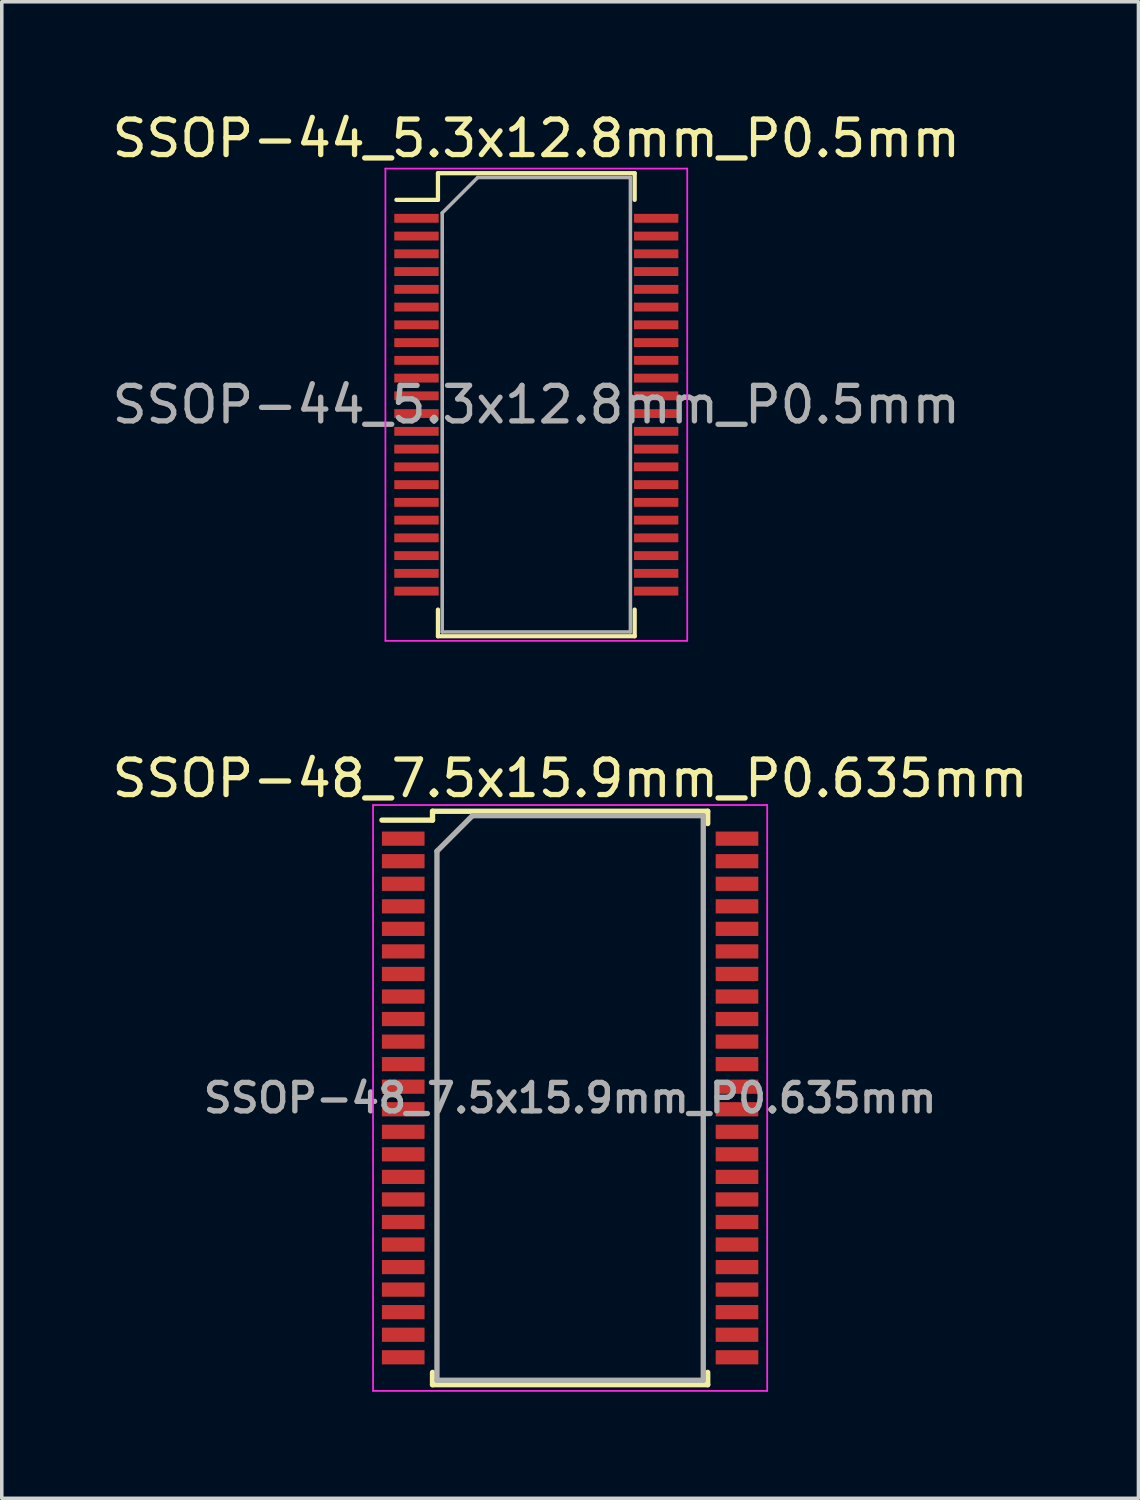
<source format=kicad_pcb>
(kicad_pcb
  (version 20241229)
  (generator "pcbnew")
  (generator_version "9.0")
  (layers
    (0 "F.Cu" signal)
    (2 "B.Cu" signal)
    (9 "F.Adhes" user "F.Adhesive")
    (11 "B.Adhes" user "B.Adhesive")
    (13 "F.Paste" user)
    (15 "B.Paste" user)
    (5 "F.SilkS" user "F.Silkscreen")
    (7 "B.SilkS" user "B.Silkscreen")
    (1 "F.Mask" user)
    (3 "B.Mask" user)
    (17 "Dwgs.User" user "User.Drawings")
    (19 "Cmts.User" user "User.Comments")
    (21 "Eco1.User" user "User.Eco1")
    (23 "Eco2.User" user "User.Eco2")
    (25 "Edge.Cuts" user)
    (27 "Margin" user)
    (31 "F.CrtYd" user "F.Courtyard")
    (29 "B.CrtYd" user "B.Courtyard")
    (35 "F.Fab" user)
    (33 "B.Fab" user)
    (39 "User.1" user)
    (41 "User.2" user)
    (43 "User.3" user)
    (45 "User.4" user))
  (footprint "SSOP-48_7.5x15.9mm_P0.635mm"
    (layer "F.Cu")
    (at 13.006 27.872)
    (property "Reference" "SSOP-48_7.5x15.9mm_P0.635mm" (at 0 -9 0) (layer "F.SilkS") (effects (font (size 1 1) (thickness 0.15))))
    (attr smd)
    (fp_line (start -3.875 -8.075) (end -3.875 -7.825) (stroke (width 0.15) (type solid)) (layer "F.SilkS"))
    (fp_line (start -3.875 -8.075) (end 3.875 -8.075) (stroke (width 0.15) (type solid)) (layer "F.SilkS"))
    (fp_line (start -3.875 -7.825) (end -5.3 -7.825) (stroke (width 0.15) (type solid)) (layer "F.SilkS"))
    (fp_line (start -3.875 8.075) (end -3.875 7.728) (stroke (width 0.15) (type solid)) (layer "F.SilkS"))
    (fp_line (start -3.875 8.075) (end 3.875 8.075) (stroke (width 0.15) (type solid)) (layer "F.SilkS"))
    (fp_line (start 3.875 -8.075) (end 3.875 -7.728) (stroke (width 0.15) (type solid)) (layer "F.SilkS"))
    (fp_line (start 3.875 8.075) (end 3.875 7.728) (stroke (width 0.15) (type solid)) (layer "F.SilkS"))
    (fp_line (start -5.55 -8.25) (end -5.55 8.25) (stroke (width 0.05) (type solid)) (layer "F.CrtYd"))
    (fp_line (start -5.55 -8.25) (end 5.55 -8.25) (stroke (width 0.05) (type solid)) (layer "F.CrtYd"))
    (fp_line (start -5.55 8.25) (end 5.55 8.25) (stroke (width 0.05) (type solid)) (layer "F.CrtYd"))
    (fp_line (start 5.55 -8.25) (end 5.55 8.25) (stroke (width 0.05) (type solid)) (layer "F.CrtYd"))
    (fp_line (start -3.75 -6.95) (end -2.75 -7.95) (stroke (width 0.15) (type solid)) (layer "F.Fab"))
    (fp_line (start -3.75 7.95) (end -3.75 -6.95) (stroke (width 0.15) (type solid)) (layer "F.Fab"))
    (fp_line (start -2.75 -7.95) (end 3.75 -7.95) (stroke (width 0.15) (type solid)) (layer "F.Fab"))
    (fp_line (start 3.75 -7.95) (end 3.75 7.95) (stroke (width 0.15) (type solid)) (layer "F.Fab"))
    (fp_line (start 3.75 7.95) (end -3.75 7.95) (stroke (width 0.15) (type solid)) (layer "F.Fab"))
    (fp_text user "${REFERENCE}" (at 0 0 0) (layer "F.Fab") (effects (font (size 0.8 0.8) (thickness 0.15))))
    (pad "1" smd rect (at -4.7 -7.303) (size 1.2 0.4) (layers "F.Cu" "F.Mask" "F.Paste"))
    (pad "2" smd rect (at -4.7 -6.668) (size 1.2 0.4) (layers "F.Cu" "F.Mask" "F.Paste"))
    (pad "3" smd rect (at -4.7 -6.032) (size 1.2 0.4) (layers "F.Cu" "F.Mask" "F.Paste"))
    (pad "4" smd rect (at -4.7 -5.397) (size 1.2 0.4) (layers "F.Cu" "F.Mask" "F.Paste"))
    (pad "5" smd rect (at -4.7 -4.763) (size 1.2 0.4) (layers "F.Cu" "F.Mask" "F.Paste"))
    (pad "6" smd rect (at -4.7 -4.128) (size 1.2 0.4) (layers "F.Cu" "F.Mask" "F.Paste"))
    (pad "7" smd rect (at -4.7 -3.493) (size 1.2 0.4) (layers "F.Cu" "F.Mask" "F.Paste"))
    (pad "8" smd rect (at -4.7 -2.857) (size 1.2 0.4) (layers "F.Cu" "F.Mask" "F.Paste"))
    (pad "9" smd rect (at -4.7 -2.223) (size 1.2 0.4) (layers "F.Cu" "F.Mask" "F.Paste"))
    (pad "10" smd rect (at -4.7 -1.587) (size 1.2 0.4) (layers "F.Cu" "F.Mask" "F.Paste"))
    (pad "11" smd rect (at -4.7 -0.953) (size 1.2 0.4) (layers "F.Cu" "F.Mask" "F.Paste"))
    (pad "12" smd rect (at -4.7 -0.318) (size 1.2 0.4) (layers "F.Cu" "F.Mask" "F.Paste"))
    (pad "13" smd rect (at -4.7 0.318) (size 1.2 0.4) (layers "F.Cu" "F.Mask" "F.Paste"))
    (pad "14" smd rect (at -4.7 0.953) (size 1.2 0.4) (layers "F.Cu" "F.Mask" "F.Paste"))
    (pad "15" smd rect (at -4.7 1.587) (size 1.2 0.4) (layers "F.Cu" "F.Mask" "F.Paste"))
    (pad "16" smd rect (at -4.7 2.223) (size 1.2 0.4) (layers "F.Cu" "F.Mask" "F.Paste"))
    (pad "17" smd rect (at -4.7 2.857) (size 1.2 0.4) (layers "F.Cu" "F.Mask" "F.Paste"))
    (pad "18" smd rect (at -4.7 3.493) (size 1.2 0.4) (layers "F.Cu" "F.Mask" "F.Paste"))
    (pad "19" smd rect (at -4.7 4.128) (size 1.2 0.4) (layers "F.Cu" "F.Mask" "F.Paste"))
    (pad "20" smd rect (at -4.7 4.763) (size 1.2 0.4) (layers "F.Cu" "F.Mask" "F.Paste"))
    (pad "21" smd rect (at -4.7 5.397) (size 1.2 0.4) (layers "F.Cu" "F.Mask" "F.Paste"))
    (pad "22" smd rect (at -4.7 6.032) (size 1.2 0.4) (layers "F.Cu" "F.Mask" "F.Paste"))
    (pad "23" smd rect (at -4.7 6.668) (size 1.2 0.4) (layers "F.Cu" "F.Mask" "F.Paste"))
    (pad "24" smd rect (at -4.7 7.303) (size 1.2 0.4) (layers "F.Cu" "F.Mask" "F.Paste"))
    (pad "25" smd rect (at 4.7 7.303) (size 1.2 0.4) (layers "F.Cu" "F.Mask" "F.Paste"))
    (pad "26" smd rect (at 4.7 6.668) (size 1.2 0.4) (layers "F.Cu" "F.Mask" "F.Paste"))
    (pad "27" smd rect (at 4.7 6.032) (size 1.2 0.4) (layers "F.Cu" "F.Mask" "F.Paste"))
    (pad "28" smd rect (at 4.7 5.397) (size 1.2 0.4) (layers "F.Cu" "F.Mask" "F.Paste"))
    (pad "29" smd rect (at 4.7 4.763) (size 1.2 0.4) (layers "F.Cu" "F.Mask" "F.Paste"))
    (pad "30" smd rect (at 4.7 4.128) (size 1.2 0.4) (layers "F.Cu" "F.Mask" "F.Paste"))
    (pad "31" smd rect (at 4.7 3.493) (size 1.2 0.4) (layers "F.Cu" "F.Mask" "F.Paste"))
    (pad "32" smd rect (at 4.7 2.857) (size 1.2 0.4) (layers "F.Cu" "F.Mask" "F.Paste"))
    (pad "33" smd rect (at 4.7 2.223) (size 1.2 0.4) (layers "F.Cu" "F.Mask" "F.Paste"))
    (pad "34" smd rect (at 4.7 1.587) (size 1.2 0.4) (layers "F.Cu" "F.Mask" "F.Paste"))
    (pad "35" smd rect (at 4.7 0.953) (size 1.2 0.4) (layers "F.Cu" "F.Mask" "F.Paste"))
    (pad "36" smd rect (at 4.7 0.318) (size 1.2 0.4) (layers "F.Cu" "F.Mask" "F.Paste"))
    (pad "37" smd rect (at 4.7 -0.318) (size 1.2 0.4) (layers "F.Cu" "F.Mask" "F.Paste"))
    (pad "38" smd rect (at 4.7 -0.953) (size 1.2 0.4) (layers "F.Cu" "F.Mask" "F.Paste"))
    (pad "39" smd rect (at 4.7 -1.587) (size 1.2 0.4) (layers "F.Cu" "F.Mask" "F.Paste"))
    (pad "40" smd rect (at 4.7 -2.223) (size 1.2 0.4) (layers "F.Cu" "F.Mask" "F.Paste"))
    (pad "41" smd rect (at 4.7 -2.857) (size 1.2 0.4) (layers "F.Cu" "F.Mask" "F.Paste"))
    (pad "42" smd rect (at 4.7 -3.493) (size 1.2 0.4) (layers "F.Cu" "F.Mask" "F.Paste"))
    (pad "43" smd rect (at 4.7 -4.128) (size 1.2 0.4) (layers "F.Cu" "F.Mask" "F.Paste"))
    (pad "44" smd rect (at 4.7 -4.763) (size 1.2 0.4) (layers "F.Cu" "F.Mask" "F.Paste"))
    (pad "45" smd rect (at 4.7 -5.397) (size 1.2 0.4) (layers "F.Cu" "F.Mask" "F.Paste"))
    (pad "46" smd rect (at 4.7 -6.032) (size 1.2 0.4) (layers "F.Cu" "F.Mask" "F.Paste"))
    (pad "47" smd rect (at 4.7 -6.668) (size 1.2 0.4) (layers "F.Cu" "F.Mask" "F.Paste"))
    (pad "48" smd rect (at 4.7 -7.303) (size 1.2 0.4) (layers "F.Cu" "F.Mask" "F.Paste")))
  (footprint "SSOP-44_5.3x12.8mm_P0.5mm"
    (layer "F.Cu")
    (at 12.054 8.348)
    (property "Reference" "SSOP-44_5.3x12.8mm_P0.5mm" (at 0 -7.5 0) (layer "F.SilkS") (effects (font (size 1 1) (thickness 0.15))))
    (attr smd)
    (fp_line (start -2.77 -6.52) (end -2.77 -5.77) (stroke (width 0.12) (type solid)) (layer "F.SilkS"))
    (fp_line (start -2.77 -6.52) (end 2.77 -6.52) (stroke (width 0.12) (type solid)) (layer "F.SilkS"))
    (fp_line (start -2.77 -5.77) (end -3.94 -5.77) (stroke (width 0.12) (type solid)) (layer "F.SilkS"))
    (fp_line (start -2.77 6.52) (end -2.77 5.77) (stroke (width 0.12) (type solid)) (layer "F.SilkS"))
    (fp_line (start -2.77 6.52) (end 2.77 6.52) (stroke (width 0.12) (type solid)) (layer "F.SilkS"))
    (fp_line (start 2.77 -6.52) (end 2.77 -5.77) (stroke (width 0.12) (type solid)) (layer "F.SilkS"))
    (fp_line (start 2.77 6.52) (end 2.77 5.77) (stroke (width 0.12) (type solid)) (layer "F.SilkS"))
    (fp_line (start -4.25 -6.65) (end -4.25 6.65) (stroke (width 0.05) (type solid)) (layer "F.CrtYd"))
    (fp_line (start -4.25 -6.65) (end 4.25 -6.65) (stroke (width 0.05) (type solid)) (layer "F.CrtYd"))
    (fp_line (start -4.25 6.65) (end 4.25 6.65) (stroke (width 0.05) (type solid)) (layer "F.CrtYd"))
    (fp_line (start 4.25 -6.65) (end 4.25 6.65) (stroke (width 0.05) (type solid)) (layer "F.CrtYd"))
    (fp_line (start -2.65 -5.4) (end -1.65 -6.4) (stroke (width 0.1) (type solid)) (layer "F.Fab"))
    (fp_line (start -2.65 6.4) (end -2.65 -5.4) (stroke (width 0.1) (type solid)) (layer "F.Fab"))
    (fp_line (start -1.65 -6.4) (end 2.65 -6.4) (stroke (width 0.1) (type solid)) (layer "F.Fab"))
    (fp_line (start 2.65 -6.4) (end 2.65 6.4) (stroke (width 0.1) (type solid)) (layer "F.Fab"))
    (fp_line (start 2.65 6.4) (end -2.65 6.4) (stroke (width 0.1) (type solid)) (layer "F.Fab"))
    (fp_text user "${REFERENCE}" (at 0 0 0) (layer "F.Fab") (effects (font (size 1 1) (thickness 0.15))))
    (pad "1" smd rect (at -3.375 -5.25) (size 1.25 0.25) (layers "F.Cu" "F.Mask" "F.Paste"))
    (pad "2" smd rect (at -3.375 -4.75) (size 1.25 0.25) (layers "F.Cu" "F.Mask" "F.Paste"))
    (pad "3" smd rect (at -3.375 -4.25) (size 1.25 0.25) (layers "F.Cu" "F.Mask" "F.Paste"))
    (pad "4" smd rect (at -3.375 -3.75) (size 1.25 0.25) (layers "F.Cu" "F.Mask" "F.Paste"))
    (pad "5" smd rect (at -3.375 -3.25) (size 1.25 0.25) (layers "F.Cu" "F.Mask" "F.Paste"))
    (pad "6" smd rect (at -3.375 -2.75) (size 1.25 0.25) (layers "F.Cu" "F.Mask" "F.Paste"))
    (pad "7" smd rect (at -3.375 -2.25) (size 1.25 0.25) (layers "F.Cu" "F.Mask" "F.Paste"))
    (pad "8" smd rect (at -3.375 -1.75) (size 1.25 0.25) (layers "F.Cu" "F.Mask" "F.Paste"))
    (pad "9" smd rect (at -3.375 -1.25) (size 1.25 0.25) (layers "F.Cu" "F.Mask" "F.Paste"))
    (pad "10" smd rect (at -3.375 -0.75) (size 1.25 0.25) (layers "F.Cu" "F.Mask" "F.Paste"))
    (pad "11" smd rect (at -3.375 -0.25) (size 1.25 0.25) (layers "F.Cu" "F.Mask" "F.Paste"))
    (pad "12" smd rect (at -3.375 0.25) (size 1.25 0.25) (layers "F.Cu" "F.Mask" "F.Paste"))
    (pad "13" smd rect (at -3.375 0.75) (size 1.25 0.25) (layers "F.Cu" "F.Mask" "F.Paste"))
    (pad "14" smd rect (at -3.375 1.25) (size 1.25 0.25) (layers "F.Cu" "F.Mask" "F.Paste"))
    (pad "15" smd rect (at -3.375 1.75) (size 1.25 0.25) (layers "F.Cu" "F.Mask" "F.Paste"))
    (pad "16" smd rect (at -3.375 2.25) (size 1.25 0.25) (layers "F.Cu" "F.Mask" "F.Paste"))
    (pad "17" smd rect (at -3.375 2.75) (size 1.25 0.25) (layers "F.Cu" "F.Mask" "F.Paste"))
    (pad "18" smd rect (at -3.375 3.25) (size 1.25 0.25) (layers "F.Cu" "F.Mask" "F.Paste"))
    (pad "19" smd rect (at -3.375 3.75) (size 1.25 0.25) (layers "F.Cu" "F.Mask" "F.Paste"))
    (pad "20" smd rect (at -3.375 4.25) (size 1.25 0.25) (layers "F.Cu" "F.Mask" "F.Paste"))
    (pad "21" smd rect (at -3.375 4.75) (size 1.25 0.25) (layers "F.Cu" "F.Mask" "F.Paste"))
    (pad "22" smd rect (at -3.375 5.25) (size 1.25 0.25) (layers "F.Cu" "F.Mask" "F.Paste"))
    (pad "23" smd rect (at 3.375 5.25) (size 1.25 0.25) (layers "F.Cu" "F.Mask" "F.Paste"))
    (pad "24" smd rect (at 3.375 4.75) (size 1.25 0.25) (layers "F.Cu" "F.Mask" "F.Paste"))
    (pad "25" smd rect (at 3.375 4.25) (size 1.25 0.25) (layers "F.Cu" "F.Mask" "F.Paste"))
    (pad "26" smd rect (at 3.375 3.75) (size 1.25 0.25) (layers "F.Cu" "F.Mask" "F.Paste"))
    (pad "27" smd rect (at 3.375 3.25) (size 1.25 0.25) (layers "F.Cu" "F.Mask" "F.Paste"))
    (pad "28" smd rect (at 3.375 2.75) (size 1.25 0.25) (layers "F.Cu" "F.Mask" "F.Paste"))
    (pad "29" smd rect (at 3.375 2.25) (size 1.25 0.25) (layers "F.Cu" "F.Mask" "F.Paste"))
    (pad "30" smd rect (at 3.375 1.75) (size 1.25 0.25) (layers "F.Cu" "F.Mask" "F.Paste"))
    (pad "31" smd rect (at 3.375 1.25) (size 1.25 0.25) (layers "F.Cu" "F.Mask" "F.Paste"))
    (pad "32" smd rect (at 3.375 0.75) (size 1.25 0.25) (layers "F.Cu" "F.Mask" "F.Paste"))
    (pad "33" smd rect (at 3.375 0.25) (size 1.25 0.25) (layers "F.Cu" "F.Mask" "F.Paste"))
    (pad "34" smd rect (at 3.375 -0.25) (size 1.25 0.25) (layers "F.Cu" "F.Mask" "F.Paste"))
    (pad "35" smd rect (at 3.375 -0.75) (size 1.25 0.25) (layers "F.Cu" "F.Mask" "F.Paste"))
    (pad "36" smd rect (at 3.375 -1.25) (size 1.25 0.25) (layers "F.Cu" "F.Mask" "F.Paste"))
    (pad "37" smd rect (at 3.375 -1.75) (size 1.25 0.25) (layers "F.Cu" "F.Mask" "F.Paste"))
    (pad "38" smd rect (at 3.375 -2.25) (size 1.25 0.25) (layers "F.Cu" "F.Mask" "F.Paste"))
    (pad "39" smd rect (at 3.375 -2.75) (size 1.25 0.25) (layers "F.Cu" "F.Mask" "F.Paste"))
    (pad "40" smd rect (at 3.375 -3.25) (size 1.25 0.25) (layers "F.Cu" "F.Mask" "F.Paste"))
    (pad "41" smd rect (at 3.375 -3.75) (size 1.25 0.25) (layers "F.Cu" "F.Mask" "F.Paste"))
    (pad "42" smd rect (at 3.375 -4.25) (size 1.25 0.25) (layers "F.Cu" "F.Mask" "F.Paste"))
    (pad "43" smd rect (at 3.375 -4.75) (size 1.25 0.25) (layers "F.Cu" "F.Mask" "F.Paste"))
    (pad "44" smd rect (at 3.375 -5.25) (size 1.25 0.25) (layers "F.Cu" "F.Mask" "F.Paste")))
  (gr_rect
    (start -3 -3)
    (end 29.012 39.147)
    (stroke (width 0.1) (type default))
    (fill no)
    (layer "Edge.Cuts")))
</source>
